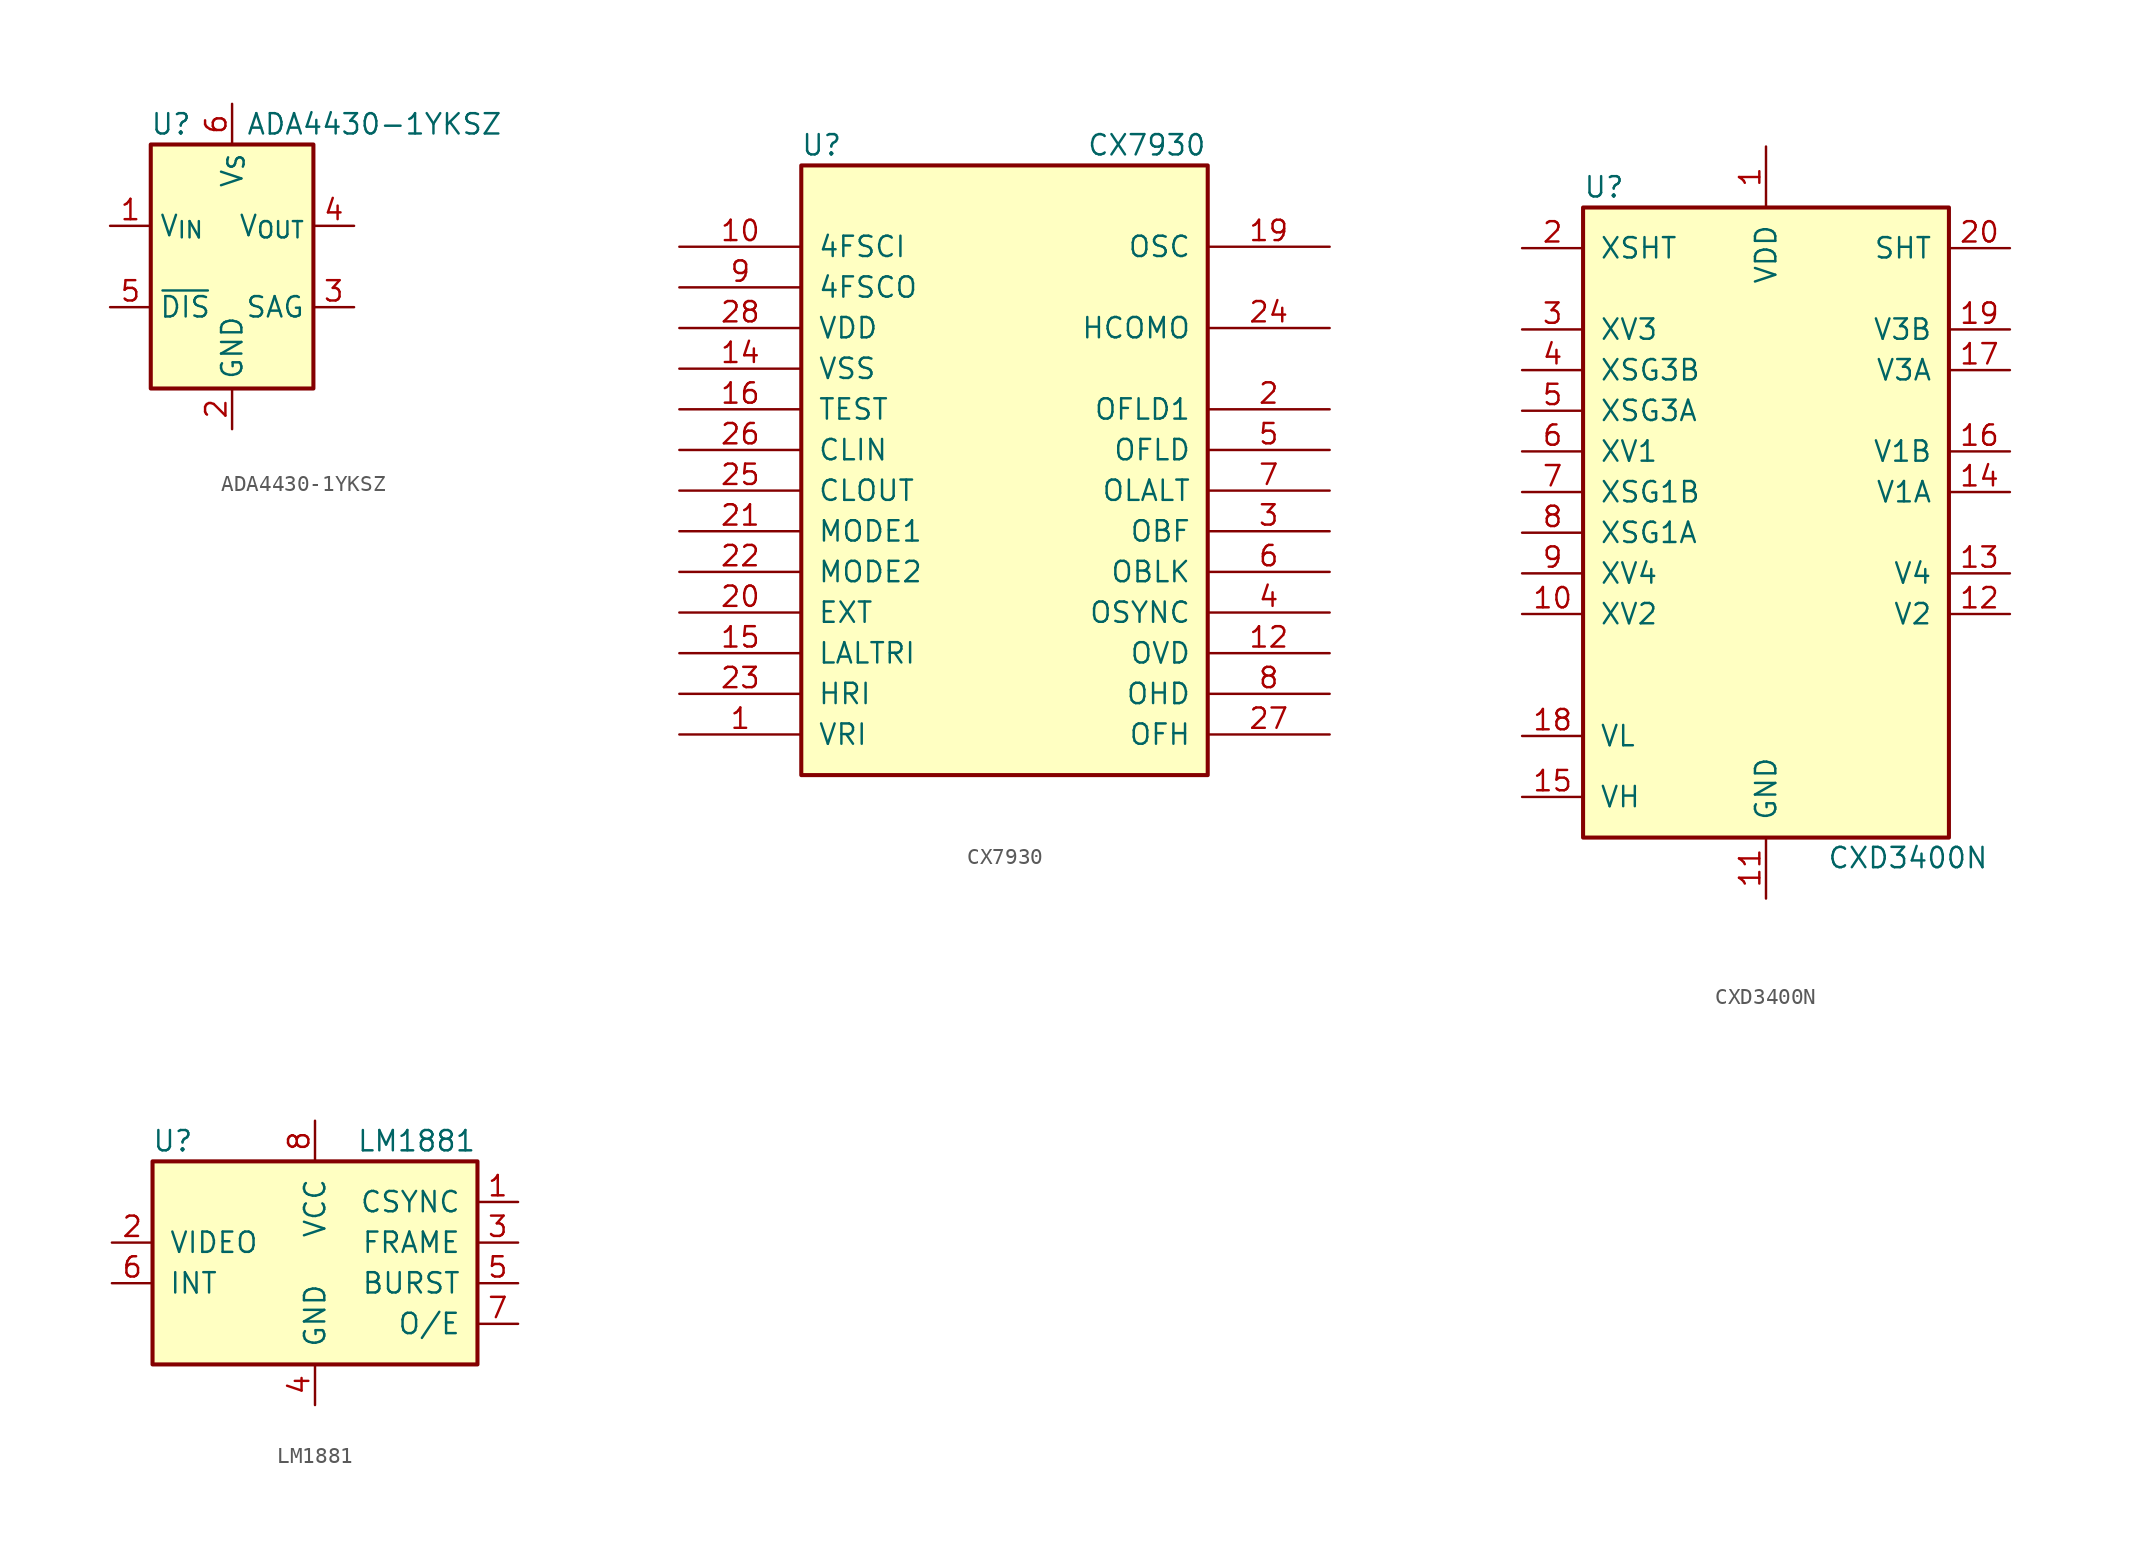
<source format=kicad_sym>
(kicad_symbol_lib
  (version 20231120)
  (generator "kicad_symbol_editor")
  (generator_version "8.0")
  (symbol "ADA4430-1YKSZ"
    (property "Reference" "U"
      (at -3.81 8.89 0)
      (effects (font (size 1.27 1.27))))
    (property "Value" "ADA4430-1YKSZ"
      (at 8.89 8.89 0)
      (effects (font (size 1.27 1.27))))
    (symbol "ADA4430-1YKSZ_0_1"
      (rectangle (start -5.08 7.62) (end 5.08 -7.62) (stroke (width 0.254) (type default)) (fill (type background))))
    (symbol "ADA4430-1YKSZ_1_1"
      (pin input line (at -7.62 2.54 0) (length 2.54) (name "V_{IN}" (effects (font (size 1.27 1.27)))) (number "1" (effects (font (size 1.27 1.27)))))
      (pin power_in line (at 0 -10.16 90) (length 2.54) (name "GND" (effects (font (size 1.27 1.27)))) (number "2" (effects (font (size 1.27 1.27)))))
      (pin input line (at 7.62 -2.54 180) (length 2.54) (name "SAG" (effects (font (size 1.27 1.27)))) (number "3" (effects (font (size 1.27 1.27)))))
      (pin output line (at 7.62 2.54 180) (length 2.54) (name "V_{OUT}" (effects (font (size 1.27 1.27)))) (number "4" (effects (font (size 1.27 1.27)))))
      (pin input line (at -7.62 -2.54 0) (length 2.54) (name "~{DIS}" (effects (font (size 1.27 1.27)))) (number "5" (effects (font (size 1.27 1.27)))))
      (pin power_in line (at 0 10.16 270) (length 2.54) (name "V_{S}" (effects (font (size 1.27 1.27)))) (number "6" (effects (font (size 1.27 1.27)))))))
  (symbol "CX7930"
    (pin_names
      (offset 1.016))
    (property "Reference" "U"
      (at -11.43 20.32 0)
      (effects (font (size 1.27 1.27))))
    (property "Value" "CX7930"
      (at 8.89 20.32 0)
      (effects (font (size 1.27 1.27))))
    (symbol "CX7930_0_1"
      (rectangle (start -12.7 -19.05) (end 12.7 19.05) (stroke (width 0.254) (type default)) (fill (type background))))
    (symbol "CX7930_1_1"
      (pin input line (at -20.32 -16.51 0) (length 7.62) (name "VRI" (effects (font (size 1.27 1.27)))) (number "1" (effects (font (size 1.27 1.27)))))
      (pin input line (at -20.32 13.97 0) (length 7.62) (name "4FSCI" (effects (font (size 1.27 1.27)))) (number "10" (effects (font (size 1.27 1.27)))))
      (pin output line (at 20.32 -11.43 180) (length 7.62) (name "OVD" (effects (font (size 1.27 1.27)))) (number "12" (effects (font (size 1.27 1.27)))))
      (pin input line (at -20.32 6.35 0) (length 7.62) (name "VSS" (effects (font (size 1.27 1.27)))) (number "14" (effects (font (size 1.27 1.27)))))
      (pin input line (at -20.32 -11.43 0) (length 7.62) (name "LALTRI" (effects (font (size 1.27 1.27)))) (number "15" (effects (font (size 1.27 1.27)))))
      (pin input line (at -20.32 3.81 0) (length 7.62) (name "TEST" (effects (font (size 1.27 1.27)))) (number "16" (effects (font (size 1.27 1.27)))))
      (pin output line (at 20.32 13.97 180) (length 7.62) (name "OSC" (effects (font (size 1.27 1.27)))) (number "19" (effects (font (size 1.27 1.27)))))
      (pin output line (at 20.32 3.81 180) (length 7.62) (name "OFLD1" (effects (font (size 1.27 1.27)))) (number "2" (effects (font (size 1.27 1.27)))))
      (pin input line (at -20.32 -8.89 0) (length 7.62) (name "EXT" (effects (font (size 1.27 1.27)))) (number "20" (effects (font (size 1.27 1.27)))))
      (pin input line (at -20.32 -3.81 0) (length 7.62) (name "MODE1" (effects (font (size 1.27 1.27)))) (number "21" (effects (font (size 1.27 1.27)))))
      (pin input line (at -20.32 -6.35 0) (length 7.62) (name "MODE2" (effects (font (size 1.27 1.27)))) (number "22" (effects (font (size 1.27 1.27)))))
      (pin input line (at -20.32 -13.97 0) (length 7.62) (name "HRI" (effects (font (size 1.27 1.27)))) (number "23" (effects (font (size 1.27 1.27)))))
      (pin output line (at 20.32 8.89 180) (length 7.62) (name "HCOMO" (effects (font (size 1.27 1.27)))) (number "24" (effects (font (size 1.27 1.27)))))
      (pin output line (at -20.32 -1.27 0) (length 7.62) (name "CLOUT" (effects (font (size 1.27 1.27)))) (number "25" (effects (font (size 1.27 1.27)))))
      (pin input line (at -20.32 1.27 0) (length 7.62) (name "CLIN" (effects (font (size 1.27 1.27)))) (number "26" (effects (font (size 1.27 1.27)))))
      (pin output line (at 20.32 -16.51 180) (length 7.62) (name "OFH" (effects (font (size 1.27 1.27)))) (number "27" (effects (font (size 1.27 1.27)))))
      (pin input line (at -20.32 8.89 0) (length 7.62) (name "VDD" (effects (font (size 1.27 1.27)))) (number "28" (effects (font (size 1.27 1.27)))))
      (pin output line (at 20.32 -3.81 180) (length 7.62) (name "OBF" (effects (font (size 1.27 1.27)))) (number "3" (effects (font (size 1.27 1.27)))))
      (pin output line (at 20.32 -8.89 180) (length 7.62) (name "OSYNC" (effects (font (size 1.27 1.27)))) (number "4" (effects (font (size 1.27 1.27)))))
      (pin output line (at 20.32 1.27 180) (length 7.62) (name "OFLD" (effects (font (size 1.27 1.27)))) (number "5" (effects (font (size 1.27 1.27)))))
      (pin output line (at 20.32 -6.35 180) (length 7.62) (name "OBLK" (effects (font (size 1.27 1.27)))) (number "6" (effects (font (size 1.27 1.27)))))
      (pin output line (at 20.32 -1.27 180) (length 7.62) (name "OLALT" (effects (font (size 1.27 1.27)))) (number "7" (effects (font (size 1.27 1.27)))))
      (pin output line (at 20.32 -13.97 180) (length 7.62) (name "OHD" (effects (font (size 1.27 1.27)))) (number "8" (effects (font (size 1.27 1.27)))))
      (pin output line (at -20.32 11.43 0) (length 7.62) (name "4FSCO" (effects (font (size 1.27 1.27)))) (number "9" (effects (font (size 1.27 1.27)))))))
  (symbol "CXD3400N"
    (pin_names
      (offset 1.016))
    (property "Reference" "U"
      (at -11.43 21.59 0)
      (effects (font (size 1.27 1.27)) (justify left)))
    (property "Value" "CXD3400N"
      (at 3.81 -20.32 0)
      (effects (font (size 1.27 1.27)) (justify left)))
    (symbol "CXD3400N_0_1"
      (rectangle (start 11.43 -19.05) (end -11.43 20.32) (stroke (width 0.254) (type default)) (fill (type background))))
    (symbol "CXD3400N_1_1"
      (pin power_in line (at 0 24.13 270) (length 3.81) (name "VDD" (effects (font (size 1.27 1.27)))) (number "1" (effects (font (size 1.27 1.27)))))
      (pin input line (at -15.24 -5.08 0) (length 3.81) (name "XV2" (effects (font (size 1.27 1.27)))) (number "10" (effects (font (size 1.27 1.27)))))
      (pin power_in line (at 0 -22.86 90) (length 3.81) (name "GND" (effects (font (size 1.27 1.27)))) (number "11" (effects (font (size 1.27 1.27)))))
      (pin output line (at 15.24 -5.08 180) (length 3.81) (name "V2" (effects (font (size 1.27 1.27)))) (number "12" (effects (font (size 1.27 1.27)))))
      (pin output line (at 15.24 -2.54 180) (length 3.81) (name "V4" (effects (font (size 1.27 1.27)))) (number "13" (effects (font (size 1.27 1.27)))))
      (pin output line (at 15.24 2.54 180) (length 3.81) (name "V1A" (effects (font (size 1.27 1.27)))) (number "14" (effects (font (size 1.27 1.27)))))
      (pin power_in line (at -15.24 -16.51 0) (length 3.81) (name "VH" (effects (font (size 1.27 1.27)))) (number "15" (effects (font (size 1.27 1.27)))))
      (pin output line (at 15.24 5.08 180) (length 3.81) (name "V1B" (effects (font (size 1.27 1.27)))) (number "16" (effects (font (size 1.27 1.27)))))
      (pin output line (at 15.24 10.16 180) (length 3.81) (name "V3A" (effects (font (size 1.27 1.27)))) (number "17" (effects (font (size 1.27 1.27)))))
      (pin power_in line (at -15.24 -12.7 0) (length 3.81) (name "VL" (effects (font (size 1.27 1.27)))) (number "18" (effects (font (size 1.27 1.27)))))
      (pin output line (at 15.24 12.7 180) (length 3.81) (name "V3B" (effects (font (size 1.27 1.27)))) (number "19" (effects (font (size 1.27 1.27)))))
      (pin input line (at -15.24 17.78 0) (length 3.81) (name "XSHT" (effects (font (size 1.27 1.27)))) (number "2" (effects (font (size 1.27 1.27)))))
      (pin output line (at 15.24 17.78 180) (length 3.81) (name "SHT" (effects (font (size 1.27 1.27)))) (number "20" (effects (font (size 1.27 1.27)))))
      (pin input line (at -15.24 12.7 0) (length 3.81) (name "XV3" (effects (font (size 1.27 1.27)))) (number "3" (effects (font (size 1.27 1.27)))))
      (pin input line (at -15.24 10.16 0) (length 3.81) (name "XSG3B" (effects (font (size 1.27 1.27)))) (number "4" (effects (font (size 1.27 1.27)))))
      (pin input line (at -15.24 7.62 0) (length 3.81) (name "XSG3A" (effects (font (size 1.27 1.27)))) (number "5" (effects (font (size 1.27 1.27)))))
      (pin input line (at -15.24 5.08 0) (length 3.81) (name "XV1" (effects (font (size 1.27 1.27)))) (number "6" (effects (font (size 1.27 1.27)))))
      (pin input line (at -15.24 2.54 0) (length 3.81) (name "XSG1B" (effects (font (size 1.27 1.27)))) (number "7" (effects (font (size 1.27 1.27)))))
      (pin input line (at -15.24 0 0) (length 3.81) (name "XSG1A" (effects (font (size 1.27 1.27)))) (number "8" (effects (font (size 1.27 1.27)))))
      (pin input line (at -15.24 -2.54 0) (length 3.81) (name "XV4" (effects (font (size 1.27 1.27)))) (number "9" (effects (font (size 1.27 1.27)))))))
  (symbol "LM1881"
    (pin_names
      (offset 1.016))
    (property "Reference" "U"
      (at -8.89 8.89 0)
      (effects (font (size 1.27 1.27))))
    (property "Value" "LM1881"
      (at 6.35 8.89 0)
      (effects (font (size 1.27 1.27))))
    (symbol "LM1881_0_1"
      (rectangle (start -10.16 7.62) (end 10.16 -5.08) (stroke (width 0.254) (type default)) (fill (type background))))
    (symbol "LM1881_1_1"
      (pin output line (at 12.7 5.08 180) (length 2.54) (name "CSYNC" (effects (font (size 1.27 1.27)))) (number "1" (effects (font (size 1.27 1.27)))))
      (pin input line (at -12.7 2.54 0) (length 2.54) (name "VIDEO" (effects (font (size 1.27 1.27)))) (number "2" (effects (font (size 1.27 1.27)))))
      (pin output line (at 12.7 2.54 180) (length 2.54) (name "FRAME" (effects (font (size 1.27 1.27)))) (number "3" (effects (font (size 1.27 1.27)))))
      (pin power_in line (at 0 -7.62 90) (length 2.54) (name "GND" (effects (font (size 1.27 1.27)))) (number "4" (effects (font (size 1.27 1.27)))))
      (pin output line (at 12.7 0 180) (length 2.54) (name "BURST" (effects (font (size 1.27 1.27)))) (number "5" (effects (font (size 1.27 1.27)))))
      (pin input line (at -12.7 0 0) (length 2.54) (name "INT" (effects (font (size 1.27 1.27)))) (number "6" (effects (font (size 1.27 1.27)))))
      (pin output line (at 12.7 -2.54 180) (length 2.54) (name "O/E" (effects (font (size 1.27 1.27)))) (number "7" (effects (font (size 1.27 1.27)))))
      (pin power_in line (at 0 10.16 270) (length 2.54) (name "VCC" (effects (font (size 1.27 1.27)))) (number "8" (effects (font (size 1.27 1.27))))))))
</source>
